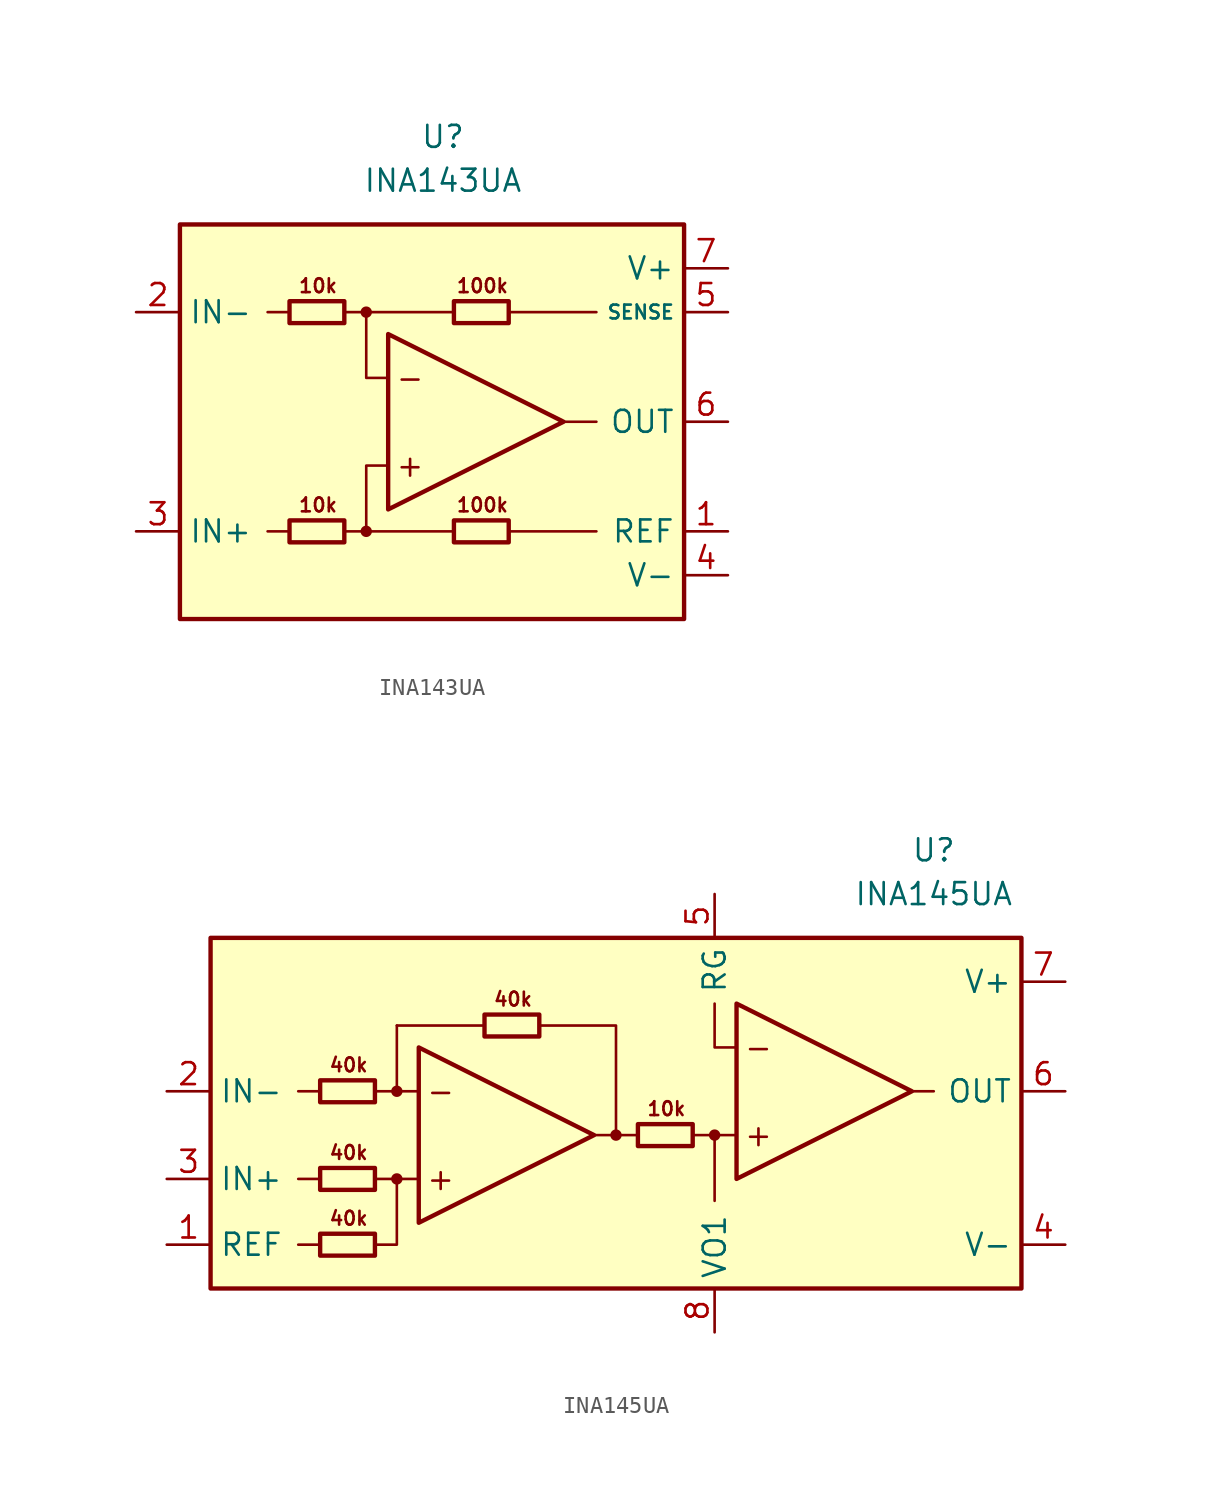
<source format=kicad_sym>
(kicad_symbol_lib
  (version 20211014)
  (generator kicad_symbol_editor)
  (symbol "INA143UA"
    (property "Reference" "U"
      (at 0 16.51 0)
      (effects (font (size 1.27 1.27))))
    (property "Value" "INA143UA"
      (at 0 13.97 0)
      (effects (font (size 1.27 1.27))))
    (symbol "INA143UA_0_0"
      (rectangle (start -15.24 11.43) (end 13.97 -11.43) (stroke (width 0.254) (type default) (color 0 0 0 0)) (fill (type background)))
      (circle (center -4.445 -6.35) (radius 0.254) (stroke (width 0.152) (type default) (color 0 0 0 0)) (fill (type outline)))
      (circle (center -4.445 6.35) (radius 0.254) (stroke (width 0.152) (type default) (color 0 0 0 0)) (fill (type outline)))
      (polyline (pts (xy -8.89 -6.35) (xy -10.16 -6.35)) (stroke (width 0.152) (type default) (color 0 0 0 0)) (fill (type none)))
      (polyline (pts (xy -8.89 6.35) (xy -10.16 6.35)) (stroke (width 0.152) (type default) (color 0 0 0 0)) (fill (type none)))
      (polyline (pts (xy -4.445 6.35) (xy 0.635 6.35)) (stroke (width 0.152) (type default) (color 0 0 0 0)) (fill (type none)))
      (polyline (pts (xy 0.635 -6.35) (xy -4.445 -6.35)) (stroke (width 0.152) (type default) (color 0 0 0 0)) (fill (type none)))
      (polyline (pts (xy 3.81 -6.35) (xy 8.89 -6.35)) (stroke (width 0.152) (type default) (color 0 0 0 0)) (fill (type none)))
      (polyline (pts (xy 3.81 6.35) (xy 8.89 6.35)) (stroke (width 0.152) (type default) (color 0 0 0 0)) (fill (type none)))
      (polyline (pts (xy 8.89 0) (xy 6.985 0)) (stroke (width 0.152) (type default) (color 0 0 0 0)) (fill (type none)))
      (polyline (pts (xy -5.715 -6.35) (xy -4.445 -6.35) (xy -4.445 -2.54) (xy -3.175 -2.54)) (stroke (width 0.152) (type default) (color 0 0 0 0)) (fill (type none)))
      (polyline (pts (xy -3.175 2.54) (xy -4.445 2.54) (xy -4.445 6.35) (xy -5.715 6.35)) (stroke (width 0.152) (type default) (color 0 0 0 0)) (fill (type none)))
      (text "+" (at -1.905 -2.54 0) (effects (font (size 1.27 1.27))))
      (text "-" (at -1.905 2.54 0) (effects (font (size 1.27 1.27))))
      (text "100k" (at 2.286 -4.826 0) (effects (font (size 0.8 0.8))))
      (text "100k" (at 2.286 7.874 0) (effects (font (size 0.8 0.8))))
      (text "10k" (at -7.239 -4.826 0) (effects (font (size 0.8 0.8))))
      (text "10k" (at -7.239 7.874 0) (effects (font (size 0.8 0.8)))))
    (symbol "INA143UA_0_1"
      (rectangle (start -8.89 -5.715) (end -5.715 -6.985) (stroke (width 0.254) (type default) (color 0 0 0 0)) (fill (type none)))
      (rectangle (start -8.89 6.985) (end -5.715 5.715) (stroke (width 0.254) (type default) (color 0 0 0 0)) (fill (type none)))
      (polyline (pts (xy -3.175 5.08) (xy -3.175 -5.08) (xy 6.985 0) (xy -3.175 5.08)) (stroke (width 0.254) (type default) (color 0 0 0 0)) (fill (type none)))
      (rectangle (start 0.635 -5.715) (end 3.81 -6.985) (stroke (width 0.254) (type default) (color 0 0 0 0)) (fill (type none)))
      (rectangle (start 0.635 6.985) (end 3.81 5.715) (stroke (width 0.254) (type default) (color 0 0 0 0)) (fill (type none))))
    (symbol "INA143UA_1_1"
      (pin input line (at 16.51 -6.35 180) (length 2.54) (name "REF" (effects (font (size 1.27 1.27)))) (number "1" (effects (font (size 1.27 1.27)))))
      (pin input line (at -17.78 6.35 0) (length 2.54) (name "IN-" (effects (font (size 1.27 1.27)))) (number "2" (effects (font (size 1.27 1.27)))))
      (pin input line (at -17.78 -6.35 0) (length 2.54) (name "IN+" (effects (font (size 1.27 1.27)))) (number "3" (effects (font (size 1.27 1.27)))))
      (pin power_in line (at 16.51 -8.89 180) (length 2.54) (name "V-" (effects (font (size 1.27 1.27)))) (number "4" (effects (font (size 1.27 1.27)))))
      (pin input line (at 16.51 6.35 180) (length 2.54) (name "SENSE" (effects (font (size 0.8 0.8)))) (number "5" (effects (font (size 1.27 1.27)))))
      (pin output line (at 16.51 0 180) (length 2.54) (name "OUT" (effects (font (size 1.27 1.27)))) (number "6" (effects (font (size 1.27 1.27)))))
      (pin power_in line (at 16.51 8.89 180) (length 2.54) (name "V+" (effects (font (size 1.27 1.27)))) (number "7" (effects (font (size 1.27 1.27)))))
      (pin no_connect line (at -10.16 0 0) (length 2.54) hide (name "NC" (effects (font (size 1.27 1.27)))) (number "8" (effects (font (size 1.27 1.27)))))))
  (symbol "INA145UA"
    (property "Reference" "U"
      (at 17.78 16.51 0)
      (effects (font (size 1.27 1.27))))
    (property "Value" "INA145UA"
      (at 17.78 13.97 0)
      (effects (font (size 1.27 1.27))))
    (symbol "INA145UA_0_0"
      (rectangle (start -24.13 11.43) (end 22.86 -8.89) (stroke (width 0.254) (type default) (color 0 0 0 0)) (fill (type background)))
      (circle (center -13.335 -2.54) (radius 0.254) (stroke (width 0.152) (type default) (color 0 0 0 0)) (fill (type outline)))
      (circle (center -13.335 2.54) (radius 0.254) (stroke (width 0.152) (type default) (color 0 0 0 0)) (fill (type outline)))
      (circle (center -0.635 0) (radius 0.254) (stroke (width 0.152) (type default) (color 0 0 0 0)) (fill (type outline)))
      (polyline (pts (xy -17.78 -6.35) (xy -19.05 -6.35)) (stroke (width 0.152) (type default) (color 0 0 0 0)) (fill (type none)))
      (polyline (pts (xy -17.78 -2.54) (xy -19.05 -2.54)) (stroke (width 0.152) (type default) (color 0 0 0 0)) (fill (type none)))
      (polyline (pts (xy -17.78 2.54) (xy -19.05 2.54)) (stroke (width 0.152) (type default) (color 0 0 0 0)) (fill (type none)))
      (polyline (pts (xy -13.335 -2.54) (xy -14.605 -2.54)) (stroke (width 0) (type default) (color 0 0 0 0)) (fill (type none)))
      (polyline (pts (xy -13.335 2.54) (xy -14.605 2.54)) (stroke (width 0) (type default) (color 0 0 0 0)) (fill (type none)))
      (polyline (pts (xy -8.255 6.35) (xy -13.335 6.35)) (stroke (width 0.152) (type default) (color 0 0 0 0)) (fill (type none)))
      (polyline (pts (xy -1.905 0) (xy -0.635 0)) (stroke (width 0.152) (type default) (color 0 0 0 0)) (fill (type none)))
      (polyline (pts (xy 0.635 0) (xy -0.635 0)) (stroke (width 0.152) (type default) (color 0 0 0 0)) (fill (type none)))
      (polyline (pts (xy 3.81 0) (xy 5.08 0)) (stroke (width 0.152) (type default) (color 0 0 0 0)) (fill (type none)))
      (polyline (pts (xy 6.35 0) (xy 5.08 0)) (stroke (width 0.152) (type default) (color 0 0 0 0)) (fill (type none)))
      (polyline (pts (xy 16.51 2.54) (xy 17.78 2.54)) (stroke (width 0.152) (type default) (color 0 0 0 0)) (fill (type none)))
      (polyline (pts (xy -0.635 0) (xy -0.635 6.35) (xy -5.08 6.35)) (stroke (width 0.152) (type default) (color 0 0 0 0)) (fill (type none)))
      (polyline (pts (xy 5.08 0) (xy 5.08 -3.81) (xy 5.08 -2.54)) (stroke (width 0.152) (type default) (color 0 0 0 0)) (fill (type none)))
      (polyline (pts (xy 6.35 5.08) (xy 5.08 5.08) (xy 5.08 7.62)) (stroke (width 0.152) (type default) (color 0 0 0 0)) (fill (type none)))
      (polyline (pts (xy -14.605 -6.35) (xy -13.335 -6.35) (xy -13.335 -2.54) (xy -12.065 -2.54)) (stroke (width 0.152) (type default) (color 0 0 0 0)) (fill (type none)))
      (polyline (pts (xy -12.065 2.54) (xy -13.335 2.54) (xy -13.335 6.35) (xy -13.335 6.35)) (stroke (width 0.152) (type default) (color 0 0 0 0)) (fill (type none)))
      (circle (center 5.08 0) (radius 0.254) (stroke (width 0.152) (type default) (color 0 0 0 0)) (fill (type outline)))
      (text "+" (at -10.795 -2.54 0) (effects (font (size 1.27 1.27))))
      (text "+" (at 7.62 0 0) (effects (font (size 1.27 1.27))))
      (text "-" (at -10.795 2.54 0) (effects (font (size 1.27 1.27))))
      (text "-" (at 7.62 5.08 0) (effects (font (size 1.27 1.27))))
      (text "10k" (at 2.286 1.524 0) (effects (font (size 0.8 0.8))))
      (text "40k" (at -16.129 -4.826 0) (effects (font (size 0.8 0.8))))
      (text "40k" (at -16.129 -1.016 0) (effects (font (size 0.8 0.8))))
      (text "40k" (at -16.129 4.064 0) (effects (font (size 0.8 0.8))))
      (text "40k" (at -6.604 7.874 0) (effects (font (size 0.8 0.8)))))
    (symbol "INA145UA_0_1"
      (rectangle (start -17.78 -5.715) (end -14.605 -6.985) (stroke (width 0.254) (type default) (color 0 0 0 0)) (fill (type none)))
      (rectangle (start -17.78 -1.905) (end -14.605 -3.175) (stroke (width 0.254) (type default) (color 0 0 0 0)) (fill (type none)))
      (rectangle (start -17.78 3.175) (end -14.605 1.905) (stroke (width 0.254) (type default) (color 0 0 0 0)) (fill (type none)))
      (rectangle (start -8.255 6.985) (end -5.08 5.715) (stroke (width 0.254) (type default) (color 0 0 0 0)) (fill (type none)))
      (polyline (pts (xy -12.065 5.08) (xy -12.065 -5.08) (xy -1.905 0) (xy -12.065 5.08)) (stroke (width 0.254) (type default) (color 0 0 0 0)) (fill (type none)))
      (polyline (pts (xy 6.35 7.62) (xy 6.35 -2.54) (xy 16.51 2.54) (xy 6.35 7.62)) (stroke (width 0.254) (type default) (color 0 0 0 0)) (fill (type none)))
      (rectangle (start 0.635 0.635) (end 3.81 -0.635) (stroke (width 0.254) (type default) (color 0 0 0 0)) (fill (type none))))
    (symbol "INA145UA_1_1"
      (pin input line (at -26.67 -6.35 0) (length 2.54) (name "REF" (effects (font (size 1.27 1.27)))) (number "1" (effects (font (size 1.27 1.27)))))
      (pin input line (at -26.67 2.54 0) (length 2.54) (name "IN-" (effects (font (size 1.27 1.27)))) (number "2" (effects (font (size 1.27 1.27)))))
      (pin input line (at -26.67 -2.54 0) (length 2.54) (name "IN+" (effects (font (size 1.27 1.27)))) (number "3" (effects (font (size 1.27 1.27)))))
      (pin power_in line (at 25.4 -6.35 180) (length 2.54) (name "V-" (effects (font (size 1.27 1.27)))) (number "4" (effects (font (size 1.27 1.27)))))
      (pin passive line (at 5.08 13.97 270) (length 2.54) (name "RG" (effects (font (size 1.27 1.27)))) (number "5" (effects (font (size 1.27 1.27)))))
      (pin output line (at 25.4 2.54 180) (length 2.54) (name "OUT" (effects (font (size 1.27 1.27)))) (number "6" (effects (font (size 1.27 1.27)))))
      (pin power_in line (at 25.4 8.89 180) (length 2.54) (name "V+" (effects (font (size 1.27 1.27)))) (number "7" (effects (font (size 1.27 1.27)))))
      (pin output line (at 5.08 -11.43 90) (length 2.54) (name "VO1" (effects (font (size 1.27 1.27)))) (number "8" (effects (font (size 1.27 1.27))))))))
</source>
